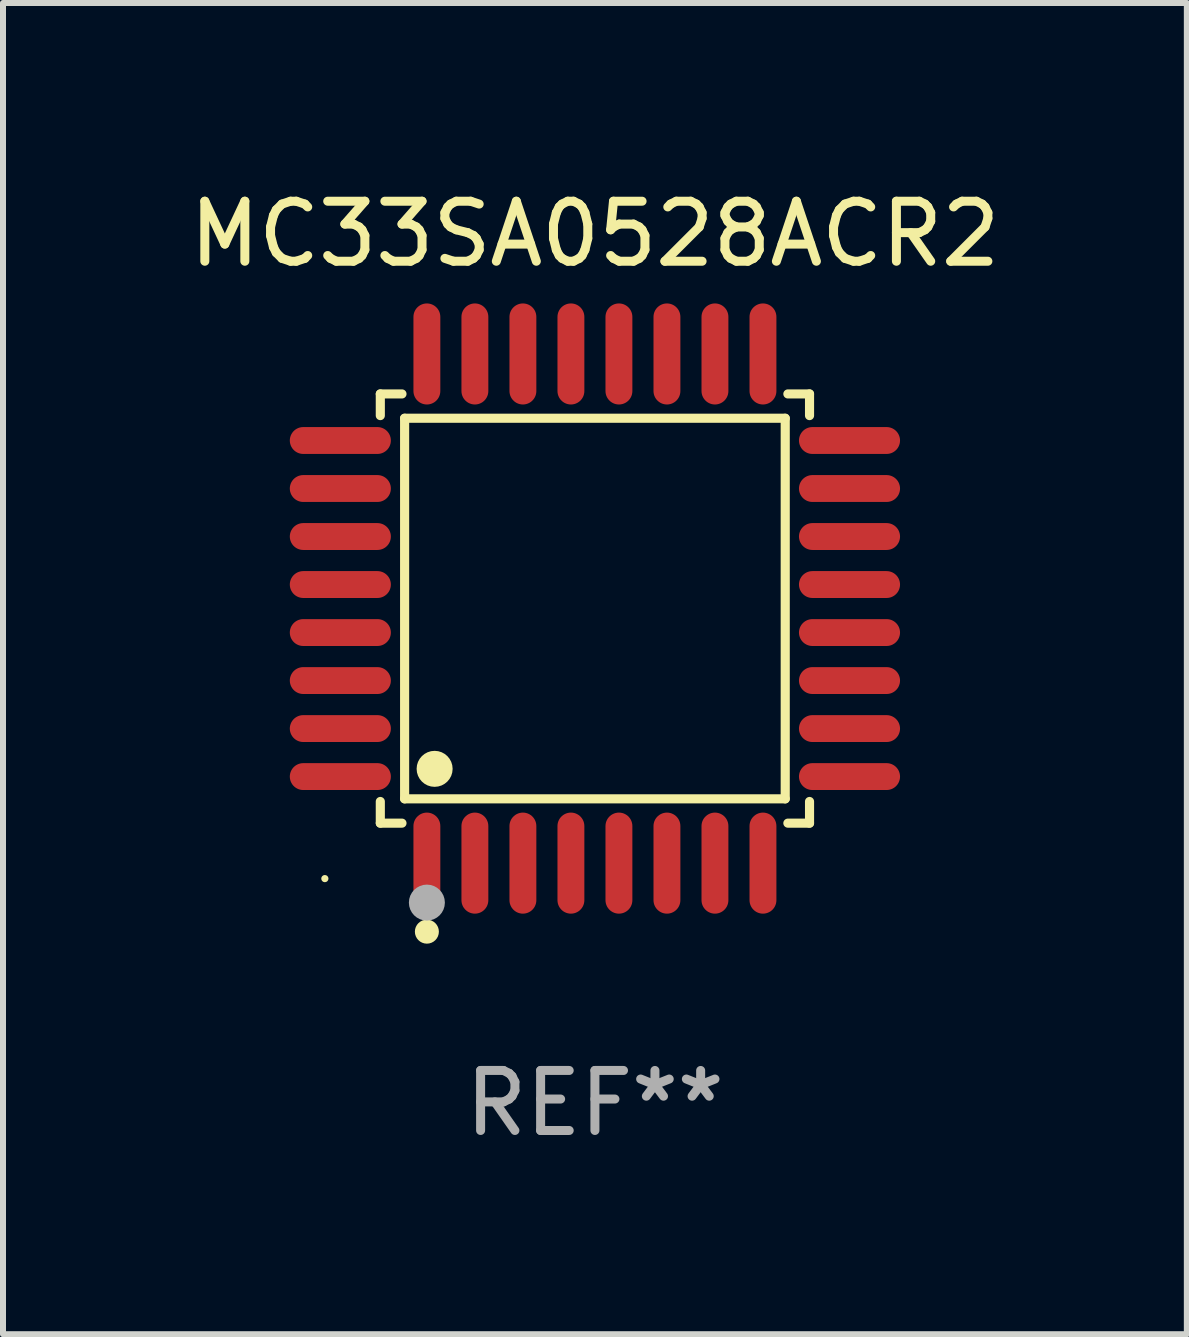
<source format=kicad_pcb>
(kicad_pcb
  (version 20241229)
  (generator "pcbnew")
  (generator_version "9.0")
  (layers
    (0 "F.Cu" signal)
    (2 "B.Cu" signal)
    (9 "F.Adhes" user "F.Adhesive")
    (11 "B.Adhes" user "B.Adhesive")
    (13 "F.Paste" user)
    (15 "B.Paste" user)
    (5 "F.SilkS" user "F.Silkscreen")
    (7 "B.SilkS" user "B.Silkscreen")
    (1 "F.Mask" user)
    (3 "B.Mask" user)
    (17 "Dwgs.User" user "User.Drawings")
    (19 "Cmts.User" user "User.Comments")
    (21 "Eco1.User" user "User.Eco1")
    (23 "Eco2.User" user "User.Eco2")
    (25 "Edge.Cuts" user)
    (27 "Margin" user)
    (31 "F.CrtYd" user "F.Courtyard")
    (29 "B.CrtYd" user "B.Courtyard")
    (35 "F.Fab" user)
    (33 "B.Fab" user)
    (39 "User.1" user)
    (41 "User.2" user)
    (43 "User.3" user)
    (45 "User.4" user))
  (footprint "MC33SA0528ACR2"
    (layer "F.Cu")
    (at 6.863 7.09)
    (property "Reference" "MC33SA0528ACR2" (at 0 -6.242 0) (layer "F.SilkS") (effects (font (size 1 1) (thickness 0.15))))
    (attr through_hole)
    (fp_line (start -3.576 -3.576) (end -3.215 -3.576) (stroke (width 0.152) (type solid)) (layer "F.SilkS"))
    (fp_line (start -3.576 -3.215) (end -3.576 -3.576) (stroke (width 0.152) (type solid)) (layer "F.SilkS"))
    (fp_line (start -3.576 3.215) (end -3.576 3.576) (stroke (width 0.152) (type solid)) (layer "F.SilkS"))
    (fp_line (start -3.576 3.576) (end -3.215 3.576) (stroke (width 0.152) (type solid)) (layer "F.SilkS"))
    (fp_line (start -3.171 -3.171) (end 3.171 -3.171) (stroke (width 0.152) (type solid)) (layer "F.SilkS"))
    (fp_line (start -3.171 3.171) (end -3.171 -3.171) (stroke (width 0.152) (type solid)) (layer "F.SilkS"))
    (fp_line (start 3.171 -3.171) (end 3.171 3.171) (stroke (width 0.152) (type solid)) (layer "F.SilkS"))
    (fp_line (start 3.171 3.171) (end -3.171 3.171) (stroke (width 0.152) (type solid)) (layer "F.SilkS"))
    (fp_line (start 3.576 -3.576) (end 3.215 -3.576) (stroke (width 0.152) (type solid)) (layer "F.SilkS"))
    (fp_line (start 3.576 -3.215) (end 3.576 -3.576) (stroke (width 0.152) (type solid)) (layer "F.SilkS"))
    (fp_line (start 3.576 3.215) (end 3.576 3.576) (stroke (width 0.152) (type solid)) (layer "F.SilkS"))
    (fp_line (start 3.576 3.576) (end 3.215 3.576) (stroke (width 0.152) (type solid)) (layer "F.SilkS"))
    (fp_circle (center -4.5 4.5) (end -4.47 4.5) (stroke (width 0.06) (type solid)) (fill no) (layer "F.SilkS"))
    (fp_circle (center -2.8 5.384) (end -2.7 5.384) (stroke (width 0.2) (type solid)) (fill no) (layer "F.SilkS"))
    (fp_circle (center -2.671 2.671) (end -2.521 2.671) (stroke (width 0.3) (type solid)) (fill no) (layer "F.SilkS"))
    (fp_circle (center -2.8 4.9) (end -2.65 4.9) (stroke (width 0.3) (type solid)) (fill no) (layer "F.Fab"))
    (fp_text user "REF**" (at 0 8.242 0) (layer "F.Fab") (effects (font (size 1 1) (thickness 0.15))))
    (pad "1" smd oval (at -2.8 4.242) (size 0.448 1.684) (layers "F.Cu" "F.Mask" "F.Paste"))
    (pad "2" smd oval (at -2 4.242) (size 0.448 1.684) (layers "F.Cu" "F.Mask" "F.Paste"))
    (pad "3" smd oval (at -1.2 4.242) (size 0.448 1.684) (layers "F.Cu" "F.Mask" "F.Paste"))
    (pad "4" smd oval (at -0.4 4.242) (size 0.448 1.684) (layers "F.Cu" "F.Mask" "F.Paste"))
    (pad "5" smd oval (at 0.4 4.242) (size 0.448 1.684) (layers "F.Cu" "F.Mask" "F.Paste"))
    (pad "6" smd oval (at 1.2 4.242) (size 0.448 1.684) (layers "F.Cu" "F.Mask" "F.Paste"))
    (pad "7" smd oval (at 2 4.242) (size 0.448 1.684) (layers "F.Cu" "F.Mask" "F.Paste"))
    (pad "8" smd oval (at 2.8 4.242) (size 0.448 1.684) (layers "F.Cu" "F.Mask" "F.Paste"))
    (pad "9" smd oval (at 4.242 2.8) (size 1.684 0.448) (layers "F.Cu" "F.Mask" "F.Paste"))
    (pad "10" smd oval (at 4.242 2) (size 1.684 0.448) (layers "F.Cu" "F.Mask" "F.Paste"))
    (pad "11" smd oval (at 4.242 1.2) (size 1.684 0.448) (layers "F.Cu" "F.Mask" "F.Paste"))
    (pad "12" smd oval (at 4.242 0.4) (size 1.684 0.448) (layers "F.Cu" "F.Mask" "F.Paste"))
    (pad "13" smd oval (at 4.242 -0.4) (size 1.684 0.448) (layers "F.Cu" "F.Mask" "F.Paste"))
    (pad "14" smd oval (at 4.242 -1.2) (size 1.684 0.448) (layers "F.Cu" "F.Mask" "F.Paste"))
    (pad "15" smd oval (at 4.242 -2) (size 1.684 0.448) (layers "F.Cu" "F.Mask" "F.Paste"))
    (pad "16" smd oval (at 4.242 -2.8) (size 1.684 0.448) (layers "F.Cu" "F.Mask" "F.Paste"))
    (pad "17" smd oval (at 2.8 -4.242) (size 0.448 1.684) (layers "F.Cu" "F.Mask" "F.Paste"))
    (pad "18" smd oval (at 2 -4.242) (size 0.448 1.684) (layers "F.Cu" "F.Mask" "F.Paste"))
    (pad "19" smd oval (at 1.2 -4.242) (size 0.448 1.684) (layers "F.Cu" "F.Mask" "F.Paste"))
    (pad "20" smd oval (at 0.4 -4.242) (size 0.448 1.684) (layers "F.Cu" "F.Mask" "F.Paste"))
    (pad "21" smd oval (at -0.4 -4.242) (size 0.448 1.684) (layers "F.Cu" "F.Mask" "F.Paste"))
    (pad "22" smd oval (at -1.2 -4.242) (size 0.448 1.684) (layers "F.Cu" "F.Mask" "F.Paste"))
    (pad "23" smd oval (at -2 -4.242) (size 0.448 1.684) (layers "F.Cu" "F.Mask" "F.Paste"))
    (pad "24" smd oval (at -2.8 -4.242) (size 0.448 1.684) (layers "F.Cu" "F.Mask" "F.Paste"))
    (pad "25" smd oval (at -4.242 -2.8) (size 1.684 0.448) (layers "F.Cu" "F.Mask" "F.Paste"))
    (pad "26" smd oval (at -4.242 -2) (size 1.684 0.448) (layers "F.Cu" "F.Mask" "F.Paste"))
    (pad "27" smd oval (at -4.242 -1.2) (size 1.684 0.448) (layers "F.Cu" "F.Mask" "F.Paste"))
    (pad "28" smd oval (at -4.242 -0.4) (size 1.684 0.448) (layers "F.Cu" "F.Mask" "F.Paste"))
    (pad "29" smd oval (at -4.242 0.4) (size 1.684 0.448) (layers "F.Cu" "F.Mask" "F.Paste"))
    (pad "30" smd oval (at -4.242 1.2) (size 1.684 0.448) (layers "F.Cu" "F.Mask" "F.Paste"))
    (pad "31" smd oval (at -4.242 2) (size 1.684 0.448) (layers "F.Cu" "F.Mask" "F.Paste"))
    (pad "32" smd oval (at -4.242 2.8) (size 1.684 0.448) (layers "F.Cu" "F.Mask" "F.Paste")))
  (gr_rect
    (start -3 -3)
    (end 16.726 19.181)
    (stroke (width 0.1) (type default))
    (fill no)
    (layer "Edge.Cuts")))
</source>
